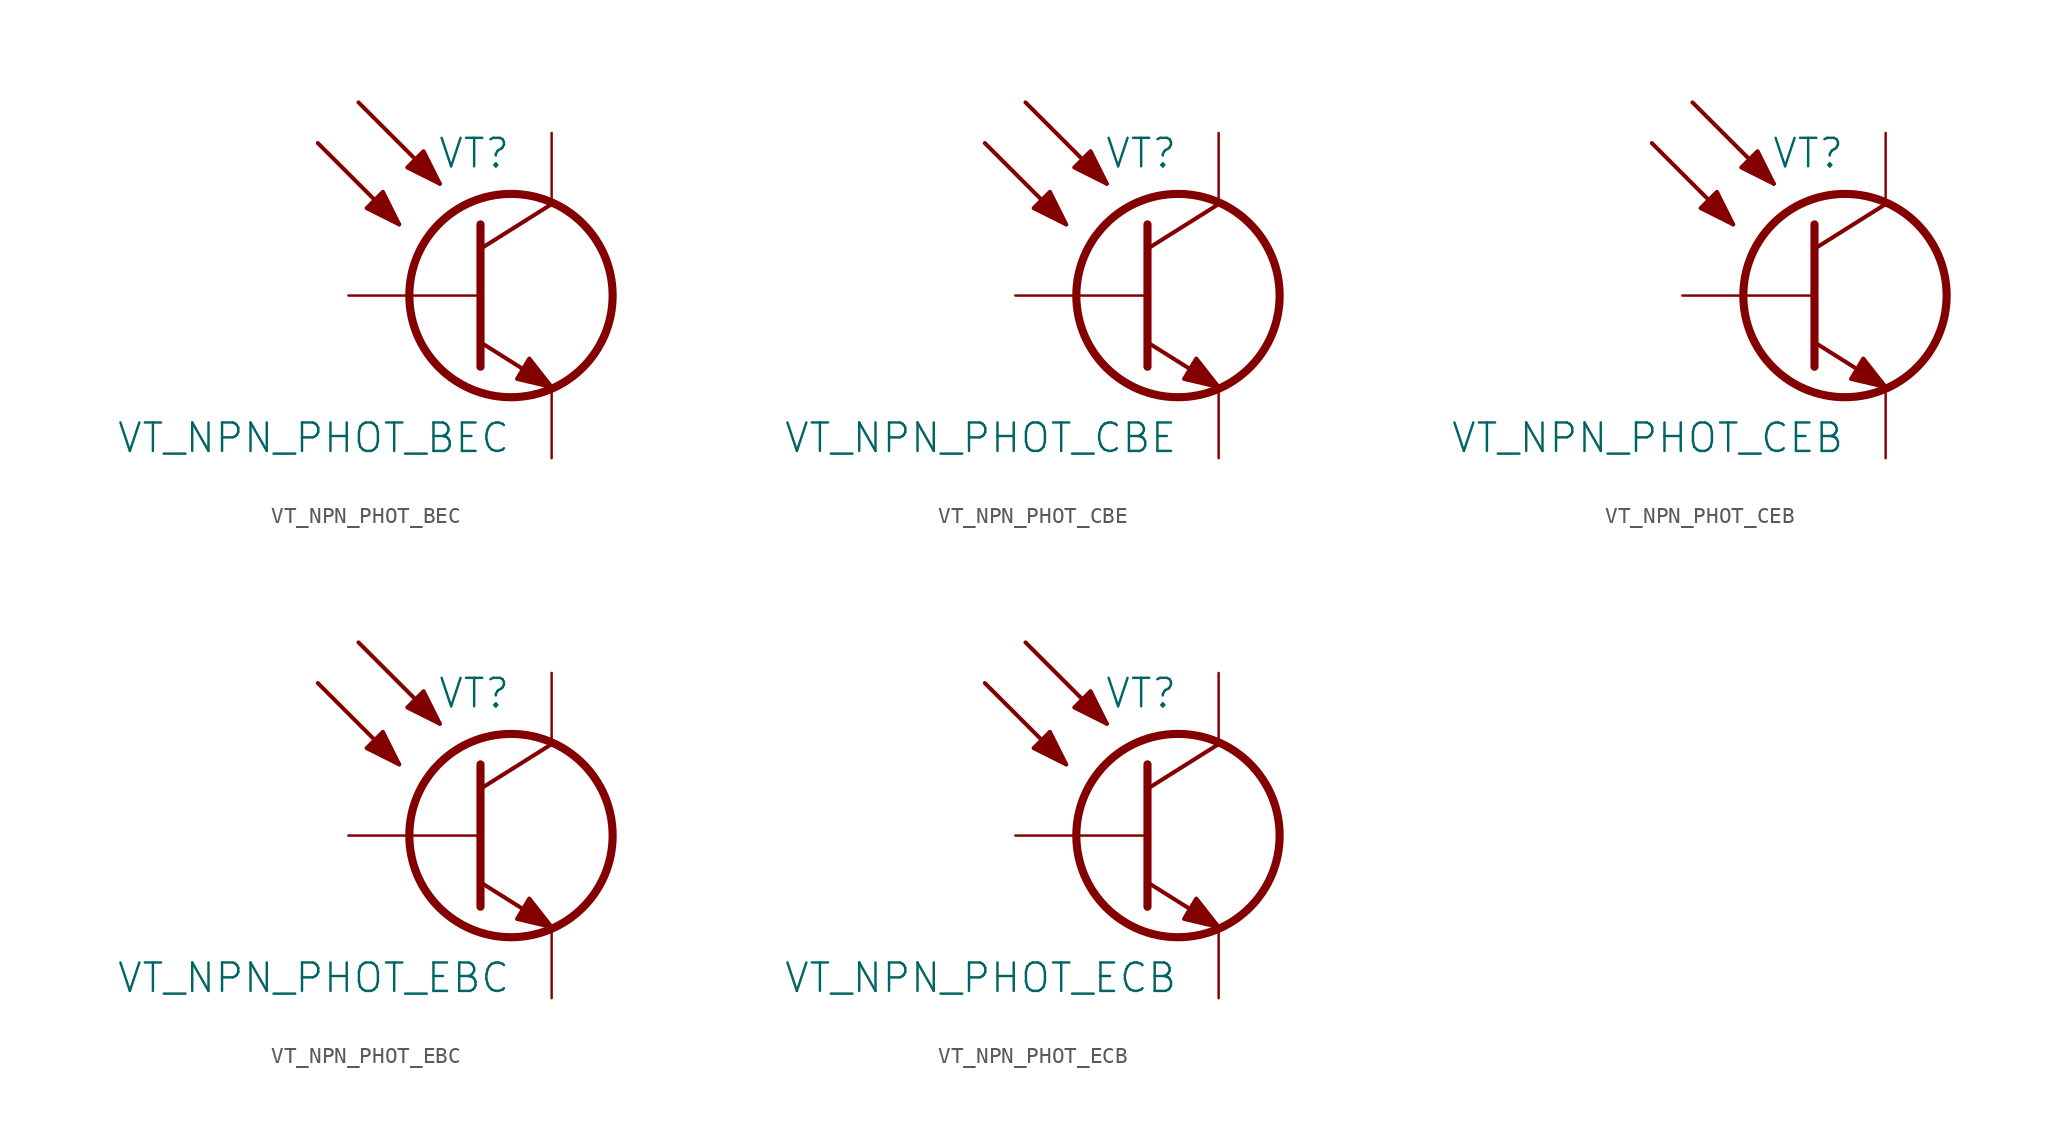
<source format=kicad_sym>
(kicad_symbol_lib
  (version 20211014)
  (generator kicad_symbol_editor)
  (symbol "VT_NPN_PHOT_BEC"
    (pin_names
      (offset 0))
    (property "Reference" "VT"
      (at 0 8.89 0)
      (effects (font (size 1.778 1.778)) (justify right)))
    (property "Value" "VT_NPN_PHOT_BEC"
      (at 0 -8.89 0)
      (effects (font (size 1.778 1.778)) (justify right)))
    (symbol "VT_NPN_PHOT_BEC_0_1"
      (polyline (pts (xy -12.065 9.525) (xy -6.985 4.445)) (stroke (width 0.254) (type default) (color 0 0 0 0)) (fill (type none)))
      (polyline (pts (xy -10.16 0) (xy -1.905 0)) (stroke (width 0) (type default) (color 0 0 0 0)) (fill (type none)))
      (polyline (pts (xy -9.525 12.065) (xy -4.445 6.985)) (stroke (width 0.254) (type default) (color 0 0 0 0)) (fill (type none)))
      (polyline (pts (xy -1.905 -2.921) (xy 2.54 -5.715)) (stroke (width 0.254) (type default) (color 0 0 0 0)) (fill (type none)))
      (polyline (pts (xy -1.905 4.445) (xy -1.905 -4.445)) (stroke (width 0.508) (type default) (color 0 0 0 0)) (fill (type none)))
      (polyline (pts (xy 2.54 -5.715) (xy 2.54 -10.16)) (stroke (width 0) (type default) (color 0 0 0 0)) (fill (type none)))
      (polyline (pts (xy 2.54 5.715) (xy -1.905 2.921)) (stroke (width 0.254) (type default) (color 0 0 0 0)) (fill (type none)))
      (polyline (pts (xy 2.54 10.16) (xy 2.54 5.715)) (stroke (width 0) (type default) (color 0 0 0 0)) (fill (type none)))
      (polyline (pts (xy -6.985 4.445) (xy -9.017 5.461) (xy -8.001 6.477) (xy -6.985 4.445)) (stroke (width 0.254) (type default) (color 0 0 0 0)) (fill (type outline)))
      (polyline (pts (xy -4.445 6.985) (xy -6.477 8.001) (xy -5.461 9.017) (xy -4.445 6.985)) (stroke (width 0.254) (type default) (color 0 0 0 0)) (fill (type outline)))
      (polyline (pts (xy 2.54 -5.715) (xy 0.381 -5.207) (xy 1.143 -3.937) (xy 2.54 -5.715)) (stroke (width 0.254) (type default) (color 0 0 0 0)) (fill (type outline)))
      (circle (center 0 0) (radius 6.35) (stroke (width 0.508) (type default) (color 0 0 0 0)) (fill (type none))))
    (symbol "VT_NPN_PHOT_BEC_1_1"
      (pin passive line (at -10.16 0 0) (length 2.54) hide (name "B" (effects (font (size 1.27 1.27)))) (number "1" (effects (font (size 1.27 1.27)))))
      (pin passive line (at 2.54 -10.16 90) (length 2.54) hide (name "E" (effects (font (size 1.27 1.27)))) (number "2" (effects (font (size 1.27 1.27)))))
      (pin passive line (at 2.54 10.16 270) (length 2.54) hide (name "C" (effects (font (size 1.27 1.27)))) (number "3" (effects (font (size 1.27 1.27)))))))
  (symbol "VT_NPN_PHOT_CBE"
    (pin_names
      (offset 0))
    (property "Reference" "VT"
      (at 0 8.89 0)
      (effects (font (size 1.778 1.778)) (justify right)))
    (property "Value" "VT_NPN_PHOT_CBE"
      (at 0 -8.89 0)
      (effects (font (size 1.778 1.778)) (justify right)))
    (symbol "VT_NPN_PHOT_CBE_0_1"
      (polyline (pts (xy -12.065 9.525) (xy -6.985 4.445)) (stroke (width 0.254) (type default) (color 0 0 0 0)) (fill (type none)))
      (polyline (pts (xy -10.16 0) (xy -1.905 0)) (stroke (width 0) (type default) (color 0 0 0 0)) (fill (type none)))
      (polyline (pts (xy -9.525 12.065) (xy -4.445 6.985)) (stroke (width 0.254) (type default) (color 0 0 0 0)) (fill (type none)))
      (polyline (pts (xy -1.905 -2.921) (xy 2.54 -5.715)) (stroke (width 0.254) (type default) (color 0 0 0 0)) (fill (type none)))
      (polyline (pts (xy -1.905 4.445) (xy -1.905 -4.445)) (stroke (width 0.508) (type default) (color 0 0 0 0)) (fill (type none)))
      (polyline (pts (xy 2.54 -5.715) (xy 2.54 -10.16)) (stroke (width 0) (type default) (color 0 0 0 0)) (fill (type none)))
      (polyline (pts (xy 2.54 5.715) (xy -1.905 2.921)) (stroke (width 0.254) (type default) (color 0 0 0 0)) (fill (type none)))
      (polyline (pts (xy 2.54 10.16) (xy 2.54 5.715)) (stroke (width 0) (type default) (color 0 0 0 0)) (fill (type none)))
      (polyline (pts (xy -6.985 4.445) (xy -9.017 5.461) (xy -8.001 6.477) (xy -6.985 4.445)) (stroke (width 0.254) (type default) (color 0 0 0 0)) (fill (type outline)))
      (polyline (pts (xy -4.445 6.985) (xy -6.477 8.001) (xy -5.461 9.017) (xy -4.445 6.985)) (stroke (width 0.254) (type default) (color 0 0 0 0)) (fill (type outline)))
      (polyline (pts (xy 2.54 -5.715) (xy 0.381 -5.207) (xy 1.143 -3.937) (xy 2.54 -5.715)) (stroke (width 0.254) (type default) (color 0 0 0 0)) (fill (type outline)))
      (circle (center 0 0) (radius 6.35) (stroke (width 0.508) (type default) (color 0 0 0 0)) (fill (type none))))
    (symbol "VT_NPN_PHOT_CBE_1_1"
      (pin passive line (at 2.54 10.16 270) (length 2.54) hide (name "C" (effects (font (size 1.27 1.27)))) (number "1" (effects (font (size 1.27 1.27)))))
      (pin passive line (at -10.16 0 0) (length 2.54) hide (name "B" (effects (font (size 1.27 1.27)))) (number "2" (effects (font (size 1.27 1.27)))))
      (pin passive line (at 2.54 -10.16 90) (length 2.54) hide (name "E" (effects (font (size 1.27 1.27)))) (number "3" (effects (font (size 1.27 1.27)))))))
  (symbol "VT_NPN_PHOT_CEB"
    (pin_names
      (offset 0))
    (property "Reference" "VT"
      (at 0 8.89 0)
      (effects (font (size 1.778 1.778)) (justify right)))
    (property "Value" "VT_NPN_PHOT_CEB"
      (at 0 -8.89 0)
      (effects (font (size 1.778 1.778)) (justify right)))
    (symbol "VT_NPN_PHOT_CEB_0_1"
      (polyline (pts (xy -12.065 9.525) (xy -6.985 4.445)) (stroke (width 0.254) (type default) (color 0 0 0 0)) (fill (type none)))
      (polyline (pts (xy -10.16 0) (xy -1.905 0)) (stroke (width 0) (type default) (color 0 0 0 0)) (fill (type none)))
      (polyline (pts (xy -9.525 12.065) (xy -4.445 6.985)) (stroke (width 0.254) (type default) (color 0 0 0 0)) (fill (type none)))
      (polyline (pts (xy -1.905 -2.921) (xy 2.54 -5.715)) (stroke (width 0.254) (type default) (color 0 0 0 0)) (fill (type none)))
      (polyline (pts (xy -1.905 4.445) (xy -1.905 -4.445)) (stroke (width 0.508) (type default) (color 0 0 0 0)) (fill (type none)))
      (polyline (pts (xy 2.54 -5.715) (xy 2.54 -10.16)) (stroke (width 0) (type default) (color 0 0 0 0)) (fill (type none)))
      (polyline (pts (xy 2.54 5.715) (xy -1.905 2.921)) (stroke (width 0.254) (type default) (color 0 0 0 0)) (fill (type none)))
      (polyline (pts (xy 2.54 10.16) (xy 2.54 5.715)) (stroke (width 0) (type default) (color 0 0 0 0)) (fill (type none)))
      (polyline (pts (xy -6.985 4.445) (xy -9.017 5.461) (xy -8.001 6.477) (xy -6.985 4.445)) (stroke (width 0.254) (type default) (color 0 0 0 0)) (fill (type outline)))
      (polyline (pts (xy -4.445 6.985) (xy -6.477 8.001) (xy -5.461 9.017) (xy -4.445 6.985)) (stroke (width 0.254) (type default) (color 0 0 0 0)) (fill (type outline)))
      (polyline (pts (xy 2.54 -5.715) (xy 0.381 -5.207) (xy 1.143 -3.937) (xy 2.54 -5.715)) (stroke (width 0.254) (type default) (color 0 0 0 0)) (fill (type outline)))
      (circle (center 0 0) (radius 6.35) (stroke (width 0.508) (type default) (color 0 0 0 0)) (fill (type none))))
    (symbol "VT_NPN_PHOT_CEB_1_1"
      (pin passive line (at 2.54 10.16 270) (length 2.54) hide (name "C" (effects (font (size 1.27 1.27)))) (number "1" (effects (font (size 1.27 1.27)))))
      (pin passive line (at 2.54 -10.16 90) (length 2.54) hide (name "E" (effects (font (size 1.27 1.27)))) (number "2" (effects (font (size 1.27 1.27)))))
      (pin passive line (at -10.16 0 0) (length 2.54) hide (name "B" (effects (font (size 1.27 1.27)))) (number "3" (effects (font (size 1.27 1.27)))))))
  (symbol "VT_NPN_PHOT_EBC"
    (pin_names
      (offset 0))
    (property "Reference" "VT"
      (at 0 8.89 0)
      (effects (font (size 1.778 1.778)) (justify right)))
    (property "Value" "VT_NPN_PHOT_EBC"
      (at 0 -8.89 0)
      (effects (font (size 1.778 1.778)) (justify right)))
    (symbol "VT_NPN_PHOT_EBC_0_1"
      (polyline (pts (xy -12.065 9.525) (xy -6.985 4.445)) (stroke (width 0.254) (type default) (color 0 0 0 0)) (fill (type none)))
      (polyline (pts (xy -10.16 0) (xy -1.905 0)) (stroke (width 0) (type default) (color 0 0 0 0)) (fill (type none)))
      (polyline (pts (xy -9.525 12.065) (xy -4.445 6.985)) (stroke (width 0.254) (type default) (color 0 0 0 0)) (fill (type none)))
      (polyline (pts (xy -1.905 -2.921) (xy 2.54 -5.715)) (stroke (width 0.254) (type default) (color 0 0 0 0)) (fill (type none)))
      (polyline (pts (xy -1.905 4.445) (xy -1.905 -4.445)) (stroke (width 0.508) (type default) (color 0 0 0 0)) (fill (type none)))
      (polyline (pts (xy 2.54 -5.715) (xy 2.54 -10.16)) (stroke (width 0) (type default) (color 0 0 0 0)) (fill (type none)))
      (polyline (pts (xy 2.54 5.715) (xy -1.905 2.921)) (stroke (width 0.254) (type default) (color 0 0 0 0)) (fill (type none)))
      (polyline (pts (xy 2.54 10.16) (xy 2.54 5.715)) (stroke (width 0) (type default) (color 0 0 0 0)) (fill (type none)))
      (polyline (pts (xy -6.985 4.445) (xy -9.017 5.461) (xy -8.001 6.477) (xy -6.985 4.445)) (stroke (width 0.254) (type default) (color 0 0 0 0)) (fill (type outline)))
      (polyline (pts (xy -4.445 6.985) (xy -6.477 8.001) (xy -5.461 9.017) (xy -4.445 6.985)) (stroke (width 0.254) (type default) (color 0 0 0 0)) (fill (type outline)))
      (polyline (pts (xy 2.54 -5.715) (xy 0.381 -5.207) (xy 1.143 -3.937) (xy 2.54 -5.715)) (stroke (width 0.254) (type default) (color 0 0 0 0)) (fill (type outline)))
      (circle (center 0 0) (radius 6.35) (stroke (width 0.508) (type default) (color 0 0 0 0)) (fill (type none))))
    (symbol "VT_NPN_PHOT_EBC_1_1"
      (pin passive line (at 2.54 -10.16 90) (length 2.54) hide (name "E" (effects (font (size 1.27 1.27)))) (number "1" (effects (font (size 1.27 1.27)))))
      (pin passive line (at -10.16 0 0) (length 2.54) hide (name "B" (effects (font (size 1.27 1.27)))) (number "2" (effects (font (size 1.27 1.27)))))
      (pin passive line (at 2.54 10.16 270) (length 2.54) hide (name "C" (effects (font (size 1.27 1.27)))) (number "3" (effects (font (size 1.27 1.27)))))))
  (symbol "VT_NPN_PHOT_ECB"
    (pin_names
      (offset 0))
    (property "Reference" "VT"
      (at 0 8.89 0)
      (effects (font (size 1.778 1.778)) (justify right)))
    (property "Value" "VT_NPN_PHOT_ECB"
      (at 0 -8.89 0)
      (effects (font (size 1.778 1.778)) (justify right)))
    (symbol "VT_NPN_PHOT_ECB_0_1"
      (polyline (pts (xy -12.065 9.525) (xy -6.985 4.445)) (stroke (width 0.254) (type default) (color 0 0 0 0)) (fill (type none)))
      (polyline (pts (xy -10.16 0) (xy -1.905 0)) (stroke (width 0) (type default) (color 0 0 0 0)) (fill (type none)))
      (polyline (pts (xy -9.525 12.065) (xy -4.445 6.985)) (stroke (width 0.254) (type default) (color 0 0 0 0)) (fill (type none)))
      (polyline (pts (xy -1.905 -2.921) (xy 2.54 -5.715)) (stroke (width 0.254) (type default) (color 0 0 0 0)) (fill (type none)))
      (polyline (pts (xy -1.905 4.445) (xy -1.905 -4.445)) (stroke (width 0.508) (type default) (color 0 0 0 0)) (fill (type none)))
      (polyline (pts (xy 2.54 -5.715) (xy 2.54 -10.16)) (stroke (width 0) (type default) (color 0 0 0 0)) (fill (type none)))
      (polyline (pts (xy 2.54 5.715) (xy -1.905 2.921)) (stroke (width 0.254) (type default) (color 0 0 0 0)) (fill (type none)))
      (polyline (pts (xy 2.54 10.16) (xy 2.54 5.715)) (stroke (width 0) (type default) (color 0 0 0 0)) (fill (type none)))
      (polyline (pts (xy -6.985 4.445) (xy -9.017 5.461) (xy -8.001 6.477) (xy -6.985 4.445)) (stroke (width 0.254) (type default) (color 0 0 0 0)) (fill (type outline)))
      (polyline (pts (xy -4.445 6.985) (xy -6.477 8.001) (xy -5.461 9.017) (xy -4.445 6.985)) (stroke (width 0.254) (type default) (color 0 0 0 0)) (fill (type outline)))
      (polyline (pts (xy 2.54 -5.715) (xy 0.381 -5.207) (xy 1.143 -3.937) (xy 2.54 -5.715)) (stroke (width 0.254) (type default) (color 0 0 0 0)) (fill (type outline)))
      (circle (center 0 0) (radius 6.35) (stroke (width 0.508) (type default) (color 0 0 0 0)) (fill (type none))))
    (symbol "VT_NPN_PHOT_ECB_1_1"
      (pin passive line (at 2.54 -10.16 90) (length 2.54) hide (name "E" (effects (font (size 1.27 1.27)))) (number "1" (effects (font (size 1.27 1.27)))))
      (pin passive line (at 2.54 10.16 270) (length 2.54) hide (name "C" (effects (font (size 1.27 1.27)))) (number "2" (effects (font (size 1.27 1.27)))))
      (pin passive line (at -10.16 0 0) (length 2.54) hide (name "B" (effects (font (size 1.27 1.27)))) (number "3" (effects (font (size 1.27 1.27))))))))
</source>
